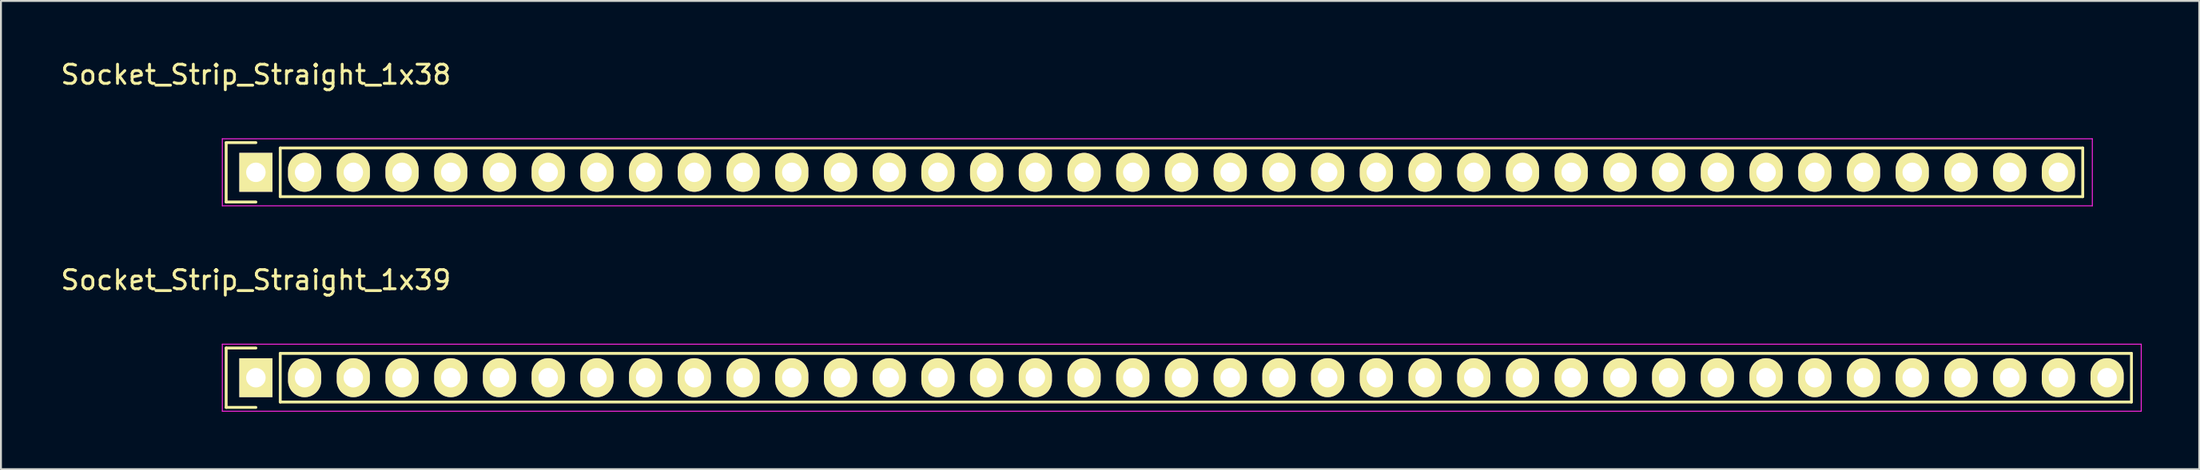
<source format=kicad_pcb>
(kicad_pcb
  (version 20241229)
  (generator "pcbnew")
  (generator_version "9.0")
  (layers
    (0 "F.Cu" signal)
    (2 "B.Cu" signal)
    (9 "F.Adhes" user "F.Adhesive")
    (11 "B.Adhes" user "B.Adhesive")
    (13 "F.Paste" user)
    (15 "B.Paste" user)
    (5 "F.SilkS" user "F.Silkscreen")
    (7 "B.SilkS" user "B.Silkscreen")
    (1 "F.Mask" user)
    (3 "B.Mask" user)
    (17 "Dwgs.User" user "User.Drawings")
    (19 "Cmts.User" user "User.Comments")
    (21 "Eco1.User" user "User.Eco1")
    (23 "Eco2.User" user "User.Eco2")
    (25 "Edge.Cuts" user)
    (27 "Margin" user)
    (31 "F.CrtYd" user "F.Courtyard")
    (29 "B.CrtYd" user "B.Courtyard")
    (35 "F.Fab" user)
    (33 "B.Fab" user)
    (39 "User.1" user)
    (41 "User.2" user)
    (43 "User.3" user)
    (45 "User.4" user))
  (footprint "Socket_Strip_Straight_1x38"
    (layer "F.Cu")
    (at 10.292 5.948)
    (property "Reference" "Socket_Strip_Straight_1x38" (at 0 -5.1 0) (layer "F.SilkS") (effects (font (size 1 1) (thickness 0.15))))
    (attr through_hole)
    (fp_line (start -1.55 -1.55) (end -1.55 1.55) (stroke (width 0.15) (type solid)) (layer "F.SilkS"))
    (fp_line (start -1.55 1.55) (end 0 1.55) (stroke (width 0.15) (type solid)) (layer "F.SilkS"))
    (fp_line (start 0 -1.55) (end -1.55 -1.55) (stroke (width 0.15) (type solid)) (layer "F.SilkS"))
    (fp_line (start 1.27 -1.27) (end 95.25 -1.27) (stroke (width 0.15) (type solid)) (layer "F.SilkS"))
    (fp_line (start 1.27 1.27) (end 1.27 -1.27) (stroke (width 0.15) (type solid)) (layer "F.SilkS"))
    (fp_line (start 95.25 -1.27) (end 95.25 1.27) (stroke (width 0.15) (type solid)) (layer "F.SilkS"))
    (fp_line (start 95.25 1.27) (end 1.27 1.27) (stroke (width 0.15) (type solid)) (layer "F.SilkS"))
    (fp_line (start -1.75 -1.75) (end -1.75 1.75) (stroke (width 0.05) (type solid)) (layer "F.CrtYd"))
    (fp_line (start -1.75 -1.75) (end 95.75 -1.75) (stroke (width 0.05) (type solid)) (layer "F.CrtYd"))
    (fp_line (start -1.75 1.75) (end 95.75 1.75) (stroke (width 0.05) (type solid)) (layer "F.CrtYd"))
    (fp_line (start 95.75 -1.75) (end 95.75 1.75) (stroke (width 0.05) (type solid)) (layer "F.CrtYd"))
    (pad "1" thru_hole rect (at 0 0) (size 1.727 2.032) (drill 1.016) (layers "*.Cu" "*.Mask" "F.SilkS"))
    (pad "2" thru_hole oval (at 2.54 0) (size 1.727 2.032) (drill 1.016) (layers "*.Cu" "*.Mask" "F.SilkS"))
    (pad "3" thru_hole oval (at 5.08 0) (size 1.727 2.032) (drill 1.016) (layers "*.Cu" "*.Mask" "F.SilkS"))
    (pad "4" thru_hole oval (at 7.62 0) (size 1.727 2.032) (drill 1.016) (layers "*.Cu" "*.Mask" "F.SilkS"))
    (pad "5" thru_hole oval (at 10.16 0) (size 1.727 2.032) (drill 1.016) (layers "*.Cu" "*.Mask" "F.SilkS"))
    (pad "6" thru_hole oval (at 12.7 0) (size 1.727 2.032) (drill 1.016) (layers "*.Cu" "*.Mask" "F.SilkS"))
    (pad "7" thru_hole oval (at 15.24 0) (size 1.727 2.032) (drill 1.016) (layers "*.Cu" "*.Mask" "F.SilkS"))
    (pad "8" thru_hole oval (at 17.78 0) (size 1.727 2.032) (drill 1.016) (layers "*.Cu" "*.Mask" "F.SilkS"))
    (pad "9" thru_hole oval (at 20.32 0) (size 1.727 2.032) (drill 1.016) (layers "*.Cu" "*.Mask" "F.SilkS"))
    (pad "10" thru_hole oval (at 22.86 0) (size 1.727 2.032) (drill 1.016) (layers "*.Cu" "*.Mask" "F.SilkS"))
    (pad "11" thru_hole oval (at 25.4 0) (size 1.727 2.032) (drill 1.016) (layers "*.Cu" "*.Mask" "F.SilkS"))
    (pad "12" thru_hole oval (at 27.94 0) (size 1.727 2.032) (drill 1.016) (layers "*.Cu" "*.Mask" "F.SilkS"))
    (pad "13" thru_hole oval (at 30.48 0) (size 1.727 2.032) (drill 1.016) (layers "*.Cu" "*.Mask" "F.SilkS"))
    (pad "14" thru_hole oval (at 33.02 0) (size 1.727 2.032) (drill 1.016) (layers "*.Cu" "*.Mask" "F.SilkS"))
    (pad "15" thru_hole oval (at 35.56 0) (size 1.727 2.032) (drill 1.016) (layers "*.Cu" "*.Mask" "F.SilkS"))
    (pad "16" thru_hole oval (at 38.1 0) (size 1.727 2.032) (drill 1.016) (layers "*.Cu" "*.Mask" "F.SilkS"))
    (pad "17" thru_hole oval (at 40.64 0) (size 1.727 2.032) (drill 1.016) (layers "*.Cu" "*.Mask" "F.SilkS"))
    (pad "18" thru_hole oval (at 43.18 0) (size 1.727 2.032) (drill 1.016) (layers "*.Cu" "*.Mask" "F.SilkS"))
    (pad "19" thru_hole oval (at 45.72 0) (size 1.727 2.032) (drill 1.016) (layers "*.Cu" "*.Mask" "F.SilkS"))
    (pad "20" thru_hole oval (at 48.26 0) (size 1.727 2.032) (drill 1.016) (layers "*.Cu" "*.Mask" "F.SilkS"))
    (pad "21" thru_hole oval (at 50.8 0) (size 1.727 2.032) (drill 1.016) (layers "*.Cu" "*.Mask" "F.SilkS"))
    (pad "22" thru_hole oval (at 53.34 0) (size 1.727 2.032) (drill 1.016) (layers "*.Cu" "*.Mask" "F.SilkS"))
    (pad "23" thru_hole oval (at 55.88 0) (size 1.727 2.032) (drill 1.016) (layers "*.Cu" "*.Mask" "F.SilkS"))
    (pad "24" thru_hole oval (at 58.42 0) (size 1.727 2.032) (drill 1.016) (layers "*.Cu" "*.Mask" "F.SilkS"))
    (pad "25" thru_hole oval (at 60.96 0) (size 1.727 2.032) (drill 1.016) (layers "*.Cu" "*.Mask" "F.SilkS"))
    (pad "26" thru_hole oval (at 63.5 0) (size 1.727 2.032) (drill 1.016) (layers "*.Cu" "*.Mask" "F.SilkS"))
    (pad "27" thru_hole oval (at 66.04 0) (size 1.727 2.032) (drill 1.016) (layers "*.Cu" "*.Mask" "F.SilkS"))
    (pad "28" thru_hole oval (at 68.58 0) (size 1.727 2.032) (drill 1.016) (layers "*.Cu" "*.Mask" "F.SilkS"))
    (pad "29" thru_hole oval (at 71.12 0) (size 1.727 2.032) (drill 1.016) (layers "*.Cu" "*.Mask" "F.SilkS"))
    (pad "30" thru_hole oval (at 73.66 0) (size 1.727 2.032) (drill 1.016) (layers "*.Cu" "*.Mask" "F.SilkS"))
    (pad "31" thru_hole oval (at 76.2 0) (size 1.727 2.032) (drill 1.016) (layers "*.Cu" "*.Mask" "F.SilkS"))
    (pad "32" thru_hole oval (at 78.74 0) (size 1.727 2.032) (drill 1.016) (layers "*.Cu" "*.Mask" "F.SilkS"))
    (pad "33" thru_hole oval (at 81.28 0) (size 1.727 2.032) (drill 1.016) (layers "*.Cu" "*.Mask" "F.SilkS"))
    (pad "34" thru_hole oval (at 83.82 0) (size 1.727 2.032) (drill 1.016) (layers "*.Cu" "*.Mask" "F.SilkS"))
    (pad "35" thru_hole oval (at 86.36 0) (size 1.727 2.032) (drill 1.016) (layers "*.Cu" "*.Mask" "F.SilkS"))
    (pad "36" thru_hole oval (at 88.9 0) (size 1.727 2.032) (drill 1.016) (layers "*.Cu" "*.Mask" "F.SilkS"))
    (pad "37" thru_hole oval (at 91.44 0) (size 1.727 2.032) (drill 1.016) (layers "*.Cu" "*.Mask" "F.SilkS"))
    (pad "38" thru_hole oval (at 93.98 0) (size 1.727 2.032) (drill 1.016) (layers "*.Cu" "*.Mask" "F.SilkS")))
  (footprint "Socket_Strip_Straight_1x39"
    (layer "F.Cu")
    (at 10.292 16.672)
    (property "Reference" "Socket_Strip_Straight_1x39" (at 0 -5.1 0) (layer "F.SilkS") (effects (font (size 1 1) (thickness 0.15))))
    (attr through_hole)
    (fp_line (start -1.55 -1.55) (end -1.55 1.55) (stroke (width 0.15) (type solid)) (layer "F.SilkS"))
    (fp_line (start -1.55 1.55) (end 0 1.55) (stroke (width 0.15) (type solid)) (layer "F.SilkS"))
    (fp_line (start 0 -1.55) (end -1.55 -1.55) (stroke (width 0.15) (type solid)) (layer "F.SilkS"))
    (fp_line (start 1.27 -1.27) (end 97.79 -1.27) (stroke (width 0.15) (type solid)) (layer "F.SilkS"))
    (fp_line (start 1.27 1.27) (end 1.27 -1.27) (stroke (width 0.15) (type solid)) (layer "F.SilkS"))
    (fp_line (start 97.79 -1.27) (end 97.79 1.27) (stroke (width 0.15) (type solid)) (layer "F.SilkS"))
    (fp_line (start 97.79 1.27) (end 1.27 1.27) (stroke (width 0.15) (type solid)) (layer "F.SilkS"))
    (fp_line (start -1.75 -1.75) (end -1.75 1.75) (stroke (width 0.05) (type solid)) (layer "F.CrtYd"))
    (fp_line (start -1.75 -1.75) (end 98.3 -1.75) (stroke (width 0.05) (type solid)) (layer "F.CrtYd"))
    (fp_line (start -1.75 1.75) (end 98.3 1.75) (stroke (width 0.05) (type solid)) (layer "F.CrtYd"))
    (fp_line (start 98.3 -1.75) (end 98.3 1.75) (stroke (width 0.05) (type solid)) (layer "F.CrtYd"))
    (pad "1" thru_hole rect (at 0 0) (size 1.727 2.032) (drill 1.016) (layers "*.Cu" "*.Mask" "F.SilkS"))
    (pad "2" thru_hole oval (at 2.54 0) (size 1.727 2.032) (drill 1.016) (layers "*.Cu" "*.Mask" "F.SilkS"))
    (pad "3" thru_hole oval (at 5.08 0) (size 1.727 2.032) (drill 1.016) (layers "*.Cu" "*.Mask" "F.SilkS"))
    (pad "4" thru_hole oval (at 7.62 0) (size 1.727 2.032) (drill 1.016) (layers "*.Cu" "*.Mask" "F.SilkS"))
    (pad "5" thru_hole oval (at 10.16 0) (size 1.727 2.032) (drill 1.016) (layers "*.Cu" "*.Mask" "F.SilkS"))
    (pad "6" thru_hole oval (at 12.7 0) (size 1.727 2.032) (drill 1.016) (layers "*.Cu" "*.Mask" "F.SilkS"))
    (pad "7" thru_hole oval (at 15.24 0) (size 1.727 2.032) (drill 1.016) (layers "*.Cu" "*.Mask" "F.SilkS"))
    (pad "8" thru_hole oval (at 17.78 0) (size 1.727 2.032) (drill 1.016) (layers "*.Cu" "*.Mask" "F.SilkS"))
    (pad "9" thru_hole oval (at 20.32 0) (size 1.727 2.032) (drill 1.016) (layers "*.Cu" "*.Mask" "F.SilkS"))
    (pad "10" thru_hole oval (at 22.86 0) (size 1.727 2.032) (drill 1.016) (layers "*.Cu" "*.Mask" "F.SilkS"))
    (pad "11" thru_hole oval (at 25.4 0) (size 1.727 2.032) (drill 1.016) (layers "*.Cu" "*.Mask" "F.SilkS"))
    (pad "12" thru_hole oval (at 27.94 0) (size 1.727 2.032) (drill 1.016) (layers "*.Cu" "*.Mask" "F.SilkS"))
    (pad "13" thru_hole oval (at 30.48 0) (size 1.727 2.032) (drill 1.016) (layers "*.Cu" "*.Mask" "F.SilkS"))
    (pad "14" thru_hole oval (at 33.02 0) (size 1.727 2.032) (drill 1.016) (layers "*.Cu" "*.Mask" "F.SilkS"))
    (pad "15" thru_hole oval (at 35.56 0) (size 1.727 2.032) (drill 1.016) (layers "*.Cu" "*.Mask" "F.SilkS"))
    (pad "16" thru_hole oval (at 38.1 0) (size 1.727 2.032) (drill 1.016) (layers "*.Cu" "*.Mask" "F.SilkS"))
    (pad "17" thru_hole oval (at 40.64 0) (size 1.727 2.032) (drill 1.016) (layers "*.Cu" "*.Mask" "F.SilkS"))
    (pad "18" thru_hole oval (at 43.18 0) (size 1.727 2.032) (drill 1.016) (layers "*.Cu" "*.Mask" "F.SilkS"))
    (pad "19" thru_hole oval (at 45.72 0) (size 1.727 2.032) (drill 1.016) (layers "*.Cu" "*.Mask" "F.SilkS"))
    (pad "20" thru_hole oval (at 48.26 0) (size 1.727 2.032) (drill 1.016) (layers "*.Cu" "*.Mask" "F.SilkS"))
    (pad "21" thru_hole oval (at 50.8 0) (size 1.727 2.032) (drill 1.016) (layers "*.Cu" "*.Mask" "F.SilkS"))
    (pad "22" thru_hole oval (at 53.34 0) (size 1.727 2.032) (drill 1.016) (layers "*.Cu" "*.Mask" "F.SilkS"))
    (pad "23" thru_hole oval (at 55.88 0) (size 1.727 2.032) (drill 1.016) (layers "*.Cu" "*.Mask" "F.SilkS"))
    (pad "24" thru_hole oval (at 58.42 0) (size 1.727 2.032) (drill 1.016) (layers "*.Cu" "*.Mask" "F.SilkS"))
    (pad "25" thru_hole oval (at 60.96 0) (size 1.727 2.032) (drill 1.016) (layers "*.Cu" "*.Mask" "F.SilkS"))
    (pad "26" thru_hole oval (at 63.5 0) (size 1.727 2.032) (drill 1.016) (layers "*.Cu" "*.Mask" "F.SilkS"))
    (pad "27" thru_hole oval (at 66.04 0) (size 1.727 2.032) (drill 1.016) (layers "*.Cu" "*.Mask" "F.SilkS"))
    (pad "28" thru_hole oval (at 68.58 0) (size 1.727 2.032) (drill 1.016) (layers "*.Cu" "*.Mask" "F.SilkS"))
    (pad "29" thru_hole oval (at 71.12 0) (size 1.727 2.032) (drill 1.016) (layers "*.Cu" "*.Mask" "F.SilkS"))
    (pad "30" thru_hole oval (at 73.66 0) (size 1.727 2.032) (drill 1.016) (layers "*.Cu" "*.Mask" "F.SilkS"))
    (pad "31" thru_hole oval (at 76.2 0) (size 1.727 2.032) (drill 1.016) (layers "*.Cu" "*.Mask" "F.SilkS"))
    (pad "32" thru_hole oval (at 78.74 0) (size 1.727 2.032) (drill 1.016) (layers "*.Cu" "*.Mask" "F.SilkS"))
    (pad "33" thru_hole oval (at 81.28 0) (size 1.727 2.032) (drill 1.016) (layers "*.Cu" "*.Mask" "F.SilkS"))
    (pad "34" thru_hole oval (at 83.82 0) (size 1.727 2.032) (drill 1.016) (layers "*.Cu" "*.Mask" "F.SilkS"))
    (pad "35" thru_hole oval (at 86.36 0) (size 1.727 2.032) (drill 1.016) (layers "*.Cu" "*.Mask" "F.SilkS"))
    (pad "36" thru_hole oval (at 88.9 0) (size 1.727 2.032) (drill 1.016) (layers "*.Cu" "*.Mask" "F.SilkS"))
    (pad "37" thru_hole oval (at 91.44 0) (size 1.727 2.032) (drill 1.016) (layers "*.Cu" "*.Mask" "F.SilkS"))
    (pad "38" thru_hole oval (at 93.98 0) (size 1.727 2.032) (drill 1.016) (layers "*.Cu" "*.Mask" "F.SilkS"))
    (pad "39" thru_hole oval (at 96.52 0) (size 1.727 2.032) (drill 1.016) (layers "*.Cu" "*.Mask" "F.SilkS")))
  (gr_rect
    (start -3 -3)
    (end 111.617 21.447)
    (stroke (width 0.1) (type default))
    (fill no)
    (layer "Edge.Cuts")))
</source>
